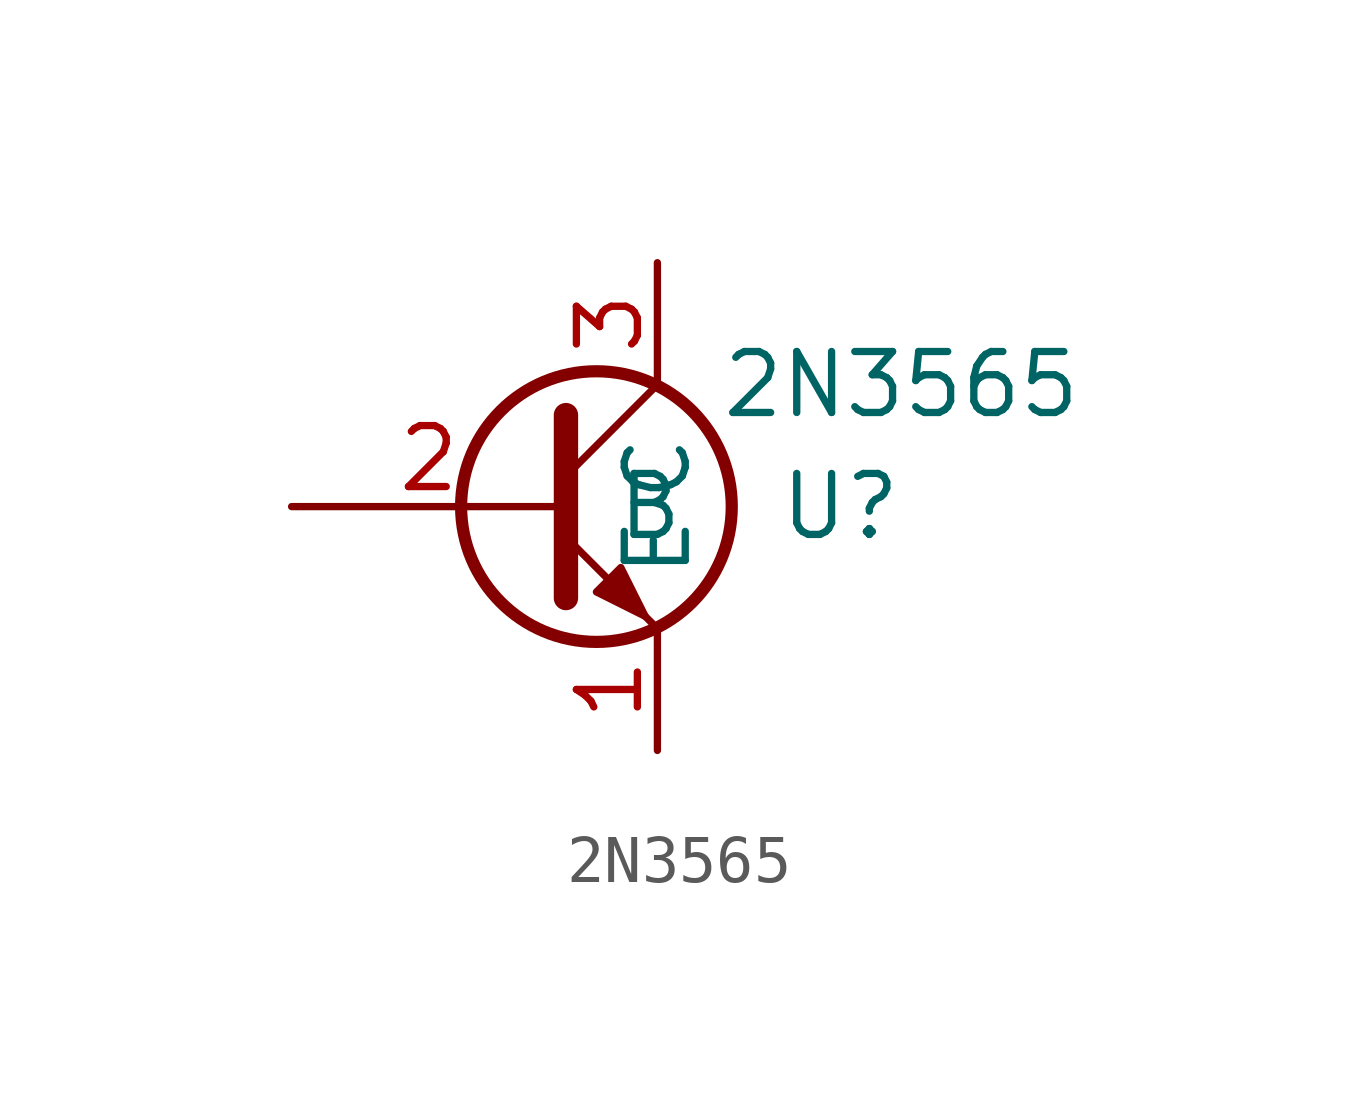
<source format=kicad_sym>
(kicad_symbol_lib
  (version 20211014)
  (generator kicad_symbol_editor)
  (symbol "2N3565"
    (pin_names
      (offset 1.016))
    (property "Reference" "U"
      (at 5.08 0 0)
      (effects (font (size 1.27 1.27))))
    (property "Value" "2N3565"
      (at 6.35 2.54 0)
      (effects (font (size 1.27 1.27))))
    (symbol "2N3565_1_1"
      (polyline (pts (xy -0.635 0.635) (xy 1.27 2.54)) (stroke (width 0) (type default) (color 0 0 0 0)) (fill (type none)))
      (polyline (pts (xy -0.635 -0.635) (xy 1.27 -2.54) (xy 1.27 -2.54)) (stroke (width 0) (type default) (color 0 0 0 0)) (fill (type none)))
      (polyline (pts (xy -0.635 1.905) (xy -0.635 -1.905) (xy -0.635 -1.905)) (stroke (width 0.508) (type default) (color 0 0 0 0)) (fill (type none)))
      (polyline (pts (xy 0 -1.778) (xy 0.508 -1.27) (xy 1.016 -2.286) (xy 0 -1.778) (xy 0 -1.778)) (stroke (width 0) (type default) (color 0 0 0 0)) (fill (type outline)))
      (circle (center 0 0) (radius 2.819) (stroke (width 0.254) (type default) (color 0 0 0 0)) (fill (type none)))
      (pin passive line (at 1.27 -5.08 90) (length 2.54) (name "E" (effects (font (size 1.27 1.27)))) (number "1" (effects (font (size 1.27 1.27)))))
      (pin passive line (at -6.35 0 0) (length 5.715) (name "B" (effects (font (size 1.27 1.27)))) (number "2" (effects (font (size 1.27 1.27)))))
      (pin passive line (at 1.27 5.08 270) (length 2.54) (name "C" (effects (font (size 1.27 1.27)))) (number "3" (effects (font (size 1.27 1.27))))))))
</source>
